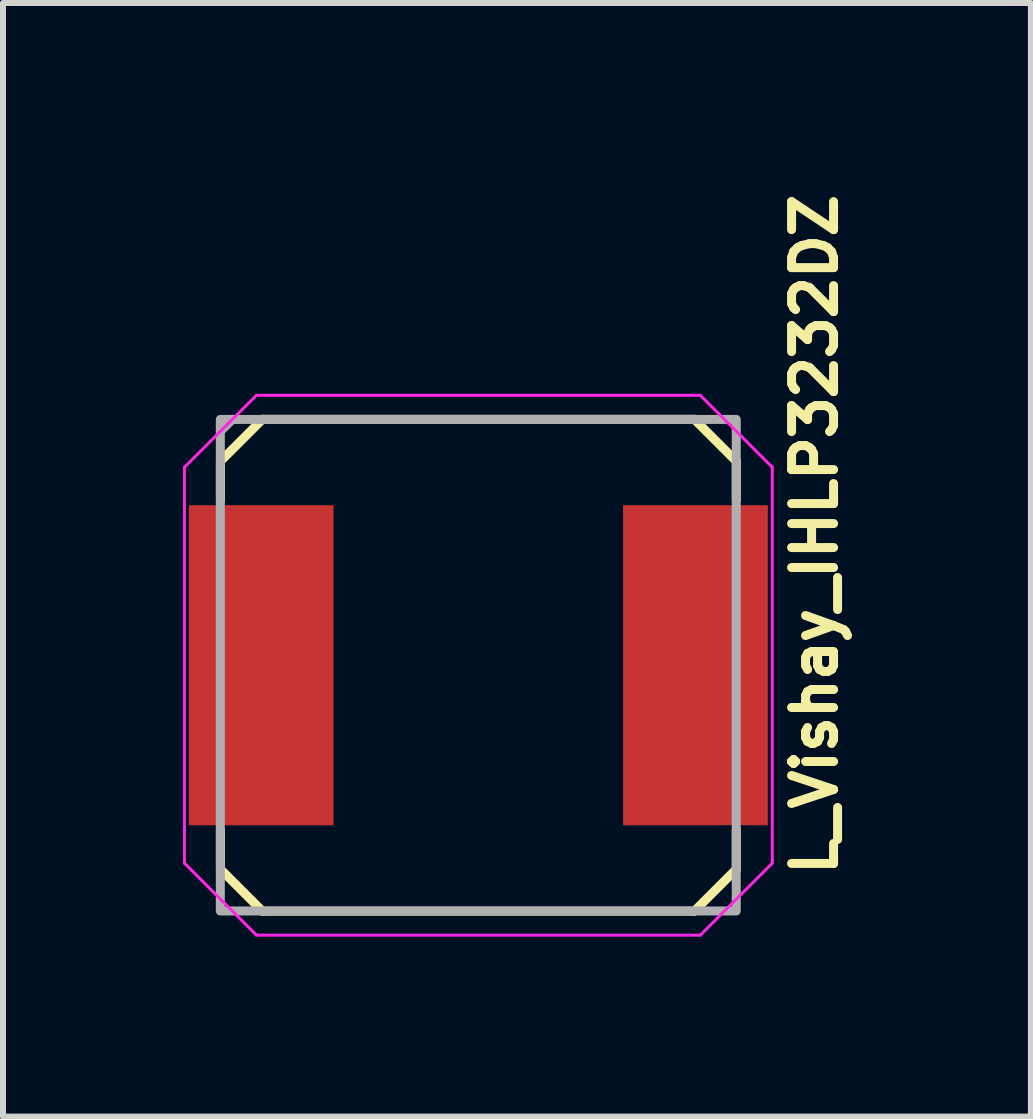
<source format=kicad_pcb>
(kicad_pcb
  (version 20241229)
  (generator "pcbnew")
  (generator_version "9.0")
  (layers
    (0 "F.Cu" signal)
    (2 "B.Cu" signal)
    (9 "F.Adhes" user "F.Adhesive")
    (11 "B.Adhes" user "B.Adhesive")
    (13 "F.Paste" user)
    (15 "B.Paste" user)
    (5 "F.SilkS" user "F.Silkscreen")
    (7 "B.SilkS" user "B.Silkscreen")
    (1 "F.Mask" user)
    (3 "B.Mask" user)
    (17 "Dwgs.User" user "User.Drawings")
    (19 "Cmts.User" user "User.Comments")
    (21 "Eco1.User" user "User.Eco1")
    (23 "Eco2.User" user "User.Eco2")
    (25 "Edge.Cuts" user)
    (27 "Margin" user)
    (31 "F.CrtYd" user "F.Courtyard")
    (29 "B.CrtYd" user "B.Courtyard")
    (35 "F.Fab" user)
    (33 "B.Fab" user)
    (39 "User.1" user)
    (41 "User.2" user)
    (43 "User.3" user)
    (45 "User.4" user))
  (footprint "L_Vishay_IHLP3232DZ"
    (layer "F.Cu")
    (at 4.925 8.04)
    (property "Reference" "L_Vishay_IHLP3232DZ" (at 6.015 3.57 90) (layer "F.SilkS") (effects (font (size 0.7 0.7) (thickness 0.15)) (justify left bottom)))
    (attr smd)
    (fp_line (start -4.3 -2.75) (end -4.3 -3.4) (stroke (width 0.15) (type solid)) (layer "F.SilkS"))
    (fp_line (start -4.3 3.4) (end -4.3 2.75) (stroke (width 0.15) (type solid)) (layer "F.SilkS"))
    (fp_line (start -3.6 -4.1) (end -4.3 -3.4) (stroke (width 0.15) (type solid)) (layer "F.SilkS"))
    (fp_line (start -3.6 4.1) (end -4.3 3.4) (stroke (width 0.15) (type solid)) (layer "F.SilkS"))
    (fp_line (start -3.6 4.1) (end 3.6 4.1) (stroke (width 0.15) (type solid)) (layer "F.SilkS"))
    (fp_line (start 3.6 -4.1) (end -3.6 -4.1) (stroke (width 0.15) (type solid)) (layer "F.SilkS"))
    (fp_line (start 3.6 -4.1) (end 4.3 -3.4) (stroke (width 0.15) (type solid)) (layer "F.SilkS"))
    (fp_line (start 3.6 4.1) (end 4.3 3.4) (stroke (width 0.15) (type solid)) (layer "F.SilkS"))
    (fp_line (start 4.3 -3.4) (end 4.3 -2.75) (stroke (width 0.15) (type solid)) (layer "F.SilkS"))
    (fp_line (start 4.3 2.75) (end 4.3 3.4) (stroke (width 0.15) (type solid)) (layer "F.SilkS"))
    (fp_line (start -4.9 -3.3) (end -3.7 -4.5) (stroke (width 0.05) (type solid)) (layer "F.CrtYd"))
    (fp_line (start -4.9 3.3) (end -4.9 -3.3) (stroke (width 0.05) (type solid)) (layer "F.CrtYd"))
    (fp_line (start -3.7 -4.5) (end 3.7 -4.5) (stroke (width 0.05) (type solid)) (layer "F.CrtYd"))
    (fp_line (start -3.7 4.5) (end -4.9 3.3) (stroke (width 0.05) (type solid)) (layer "F.CrtYd"))
    (fp_line (start 3.7 -4.5) (end 4.9 -3.3) (stroke (width 0.05) (type solid)) (layer "F.CrtYd"))
    (fp_line (start 3.7 4.5) (end -3.7 4.5) (stroke (width 0.05) (type solid)) (layer "F.CrtYd"))
    (fp_line (start 4.9 -3.3) (end 4.9 3.3) (stroke (width 0.05) (type solid)) (layer "F.CrtYd"))
    (fp_line (start 4.9 3.3) (end 3.7 4.5) (stroke (width 0.05) (type solid)) (layer "F.CrtYd"))
    (fp_line (start -4.3 -3.9) (end -4.1 -4.1) (stroke (width 0.15) (type solid)) (layer "F.Fab"))
    (fp_rect (start -4.302 -4.098) (end 4.299 4.097) (stroke (width 0.15) (type solid)) (fill no) (layer "F.Fab"))
    (fp_rect (start -4.302 -4.098) (end 4.299 4.097) (stroke (width 0.1) (type solid)) (fill no) (layer "User.5"))
    (fp_line (start -4.302 -0.363) (end -4.302 -0.363) (stroke (width 0.02) (type solid)) (layer "User.9"))
    (fp_line (start -4.302 -0.363) (end -4.302 -0.254) (stroke (width 0.02) (type solid)) (layer "User.9"))
    (fp_line (start -4.302 -0.363) (end -4.3 -0.364) (stroke (width 0.02) (type solid)) (layer "User.9"))
    (fp_line (start -4.302 -0.363) (end -4.098 -0.363) (stroke (width 0.02) (type solid)) (layer "User.9"))
    (fp_line (start -4.302 1.142) (end -4.302 -0.254) (stroke (width 0.02) (type solid)) (layer "User.9"))
    (fp_line (start -4.302 1.142) (end -4.302 1.251) (stroke (width 0.02) (type solid)) (layer "User.9"))
    (fp_line (start -4.302 1.251) (end -4.302 2.539) (stroke (width 0.02) (type solid)) (layer "User.9"))
    (fp_line (start -4.302 2.539) (end -4.098 2.539) (stroke (width 0.02) (type solid)) (layer "User.9"))
    (fp_line (start -4.3 -0.367) (end -4.298 -0.368) (stroke (width 0.02) (type solid)) (layer "User.9"))
    (fp_line (start -4.3 -0.366) (end -4.3 -0.367) (stroke (width 0.02) (type solid)) (layer "User.9"))
    (fp_line (start -4.3 -0.366) (end -4.3 -0.366) (stroke (width 0.02) (type solid)) (layer "User.9"))
    (fp_line (start -4.3 -0.365) (end -4.3 -0.366) (stroke (width 0.02) (type solid)) (layer "User.9"))
    (fp_line (start -4.3 -0.365) (end -4.3 -0.365) (stroke (width 0.02) (type solid)) (layer "User.9"))
    (fp_line (start -4.3 -0.364) (end -4.3 -0.365) (stroke (width 0.02) (type solid)) (layer "User.9"))
    (fp_line (start -4.3 1.251) (end -4.302 1.251) (stroke (width 0.02) (type solid)) (layer "User.9"))
    (fp_line (start -4.3 1.253) (end -4.3 1.251) (stroke (width 0.02) (type solid)) (layer "User.9"))
    (fp_line (start -4.3 1.253) (end -4.3 1.253) (stroke (width 0.02) (type solid)) (layer "User.9"))
    (fp_line (start -4.298 -0.368) (end -4.297 -0.368) (stroke (width 0.02) (type solid)) (layer "User.9"))
    (fp_line (start -4.298 1.255) (end -4.3 1.253) (stroke (width 0.02) (type solid)) (layer "User.9"))
    (fp_line (start -4.297 -0.369) (end -4.297 -0.369) (stroke (width 0.02) (type solid)) (layer "User.9"))
    (fp_line (start -4.297 -0.369) (end -4.295 -0.37) (stroke (width 0.02) (type solid)) (layer "User.9"))
    (fp_line (start -4.297 -0.368) (end -4.297 -0.369) (stroke (width 0.02) (type solid)) (layer "User.9"))
    (fp_line (start -4.297 1.257) (end -4.298 1.255) (stroke (width 0.02) (type solid)) (layer "User.9"))
    (fp_line (start -4.295 -0.37) (end -4.295 -0.37) (stroke (width 0.02) (type solid)) (layer "User.9"))
    (fp_line (start -4.295 -0.37) (end -4.294 -0.371) (stroke (width 0.02) (type solid)) (layer "User.9"))
    (fp_line (start -4.295 1.257) (end -4.297 1.257) (stroke (width 0.02) (type solid)) (layer "User.9"))
    (fp_line (start -4.294 -0.371) (end -4.292 -0.372) (stroke (width 0.02) (type solid)) (layer "User.9"))
    (fp_line (start -4.294 1.259) (end -4.295 1.257) (stroke (width 0.02) (type solid)) (layer "User.9"))
    (fp_line (start -4.292 -0.372) (end -4.29 -0.372) (stroke (width 0.02) (type solid)) (layer "User.9"))
    (fp_line (start -4.29 -0.372) (end -4.289 -0.373) (stroke (width 0.02) (type solid)) (layer "User.9"))
    (fp_line (start -4.29 1.259) (end -4.294 1.259) (stroke (width 0.02) (type solid)) (layer "User.9"))
    (fp_line (start -4.289 -0.373) (end -4.287 -0.373) (stroke (width 0.02) (type solid)) (layer "User.9"))
    (fp_line (start -4.287 -0.373) (end -4.284 -0.375) (stroke (width 0.02) (type solid)) (layer "User.9"))
    (fp_line (start -4.287 1.261) (end -4.29 1.259) (stroke (width 0.02) (type solid)) (layer "User.9"))
    (fp_line (start -4.284 -0.375) (end -4.281 -0.376) (stroke (width 0.02) (type solid)) (layer "User.9"))
    (fp_line (start -4.284 1.263) (end -4.287 1.261) (stroke (width 0.02) (type solid)) (layer "User.9"))
    (fp_line (start -4.281 -0.376) (end -4.278 -0.377) (stroke (width 0.02) (type solid)) (layer "User.9"))
    (fp_line (start -4.281 1.263) (end -4.284 1.263) (stroke (width 0.02) (type solid)) (layer "User.9"))
    (fp_line (start -4.278 -0.377) (end -4.273 -0.378) (stroke (width 0.02) (type solid)) (layer "User.9"))
    (fp_line (start -4.278 1.265) (end -4.281 1.263) (stroke (width 0.02) (type solid)) (layer "User.9"))
    (fp_line (start -4.273 -0.378) (end -4.27 -0.379) (stroke (width 0.02) (type solid)) (layer "User.9"))
    (fp_line (start -4.273 1.265) (end -4.278 1.265) (stroke (width 0.02) (type solid)) (layer "User.9"))
    (fp_line (start -4.27 -0.379) (end -4.265 -0.38) (stroke (width 0.02) (type solid)) (layer "User.9"))
    (fp_line (start -4.27 1.267) (end -4.273 1.265) (stroke (width 0.02) (type solid)) (layer "User.9"))
    (fp_line (start -4.265 -0.38) (end -4.26 -0.381) (stroke (width 0.02) (type solid)) (layer "User.9"))
    (fp_line (start -4.26 -0.381) (end -4.098 -0.381) (stroke (width 0.02) (type solid)) (layer "User.9"))
    (fp_line (start -4.26 1.269) (end -4.27 1.267) (stroke (width 0.02) (type solid)) (layer "User.9"))
    (fp_line (start -4.098 -3.093) (end -4.098 -2.54) (stroke (width 0.02) (type solid)) (layer "User.9"))
    (fp_line (start -4.098 -2.54) (end -4.302 -2.54) (stroke (width 0.02) (type solid)) (layer "User.9"))
    (fp_line (start -4.098 -2.54) (end -3.844 -2.54) (stroke (width 0.02) (type solid)) (layer "User.9"))
    (fp_line (start -4.098 -0.381) (end -4.098 1.269) (stroke (width 0.02) (type solid)) (layer "User.9"))
    (fp_line (start -4.098 -0.363) (end -4.098 -0.254) (stroke (width 0.02) (type solid)) (layer "User.9"))
    (fp_line (start -4.098 1.142) (end -4.098 -0.254) (stroke (width 0.02) (type solid)) (layer "User.9"))
    (fp_line (start -4.098 1.142) (end -4.098 1.251) (stroke (width 0.02) (type solid)) (layer "User.9"))
    (fp_line (start -4.098 1.251) (end -4.302 1.251) (stroke (width 0.02) (type solid)) (layer "User.9"))
    (fp_line (start -4.098 1.269) (end -4.26 1.269) (stroke (width 0.02) (type solid)) (layer "User.9"))
    (fp_line (start -4.098 2.539) (end -4.098 3.091) (stroke (width 0.02) (type solid)) (layer "User.9"))
    (fp_line (start -4.098 3.091) (end -4.096 3.14) (stroke (width 0.02) (type solid)) (layer "User.9"))
    (fp_line (start -4.096 -3.142) (end -4.098 -3.093) (stroke (width 0.02) (type solid)) (layer "User.9"))
    (fp_line (start -4.096 3.14) (end -4.093 3.189) (stroke (width 0.02) (type solid)) (layer "User.9"))
    (fp_line (start -4.093 -3.192) (end -4.096 -3.142) (stroke (width 0.02) (type solid)) (layer "User.9"))
    (fp_line (start -4.093 3.189) (end -4.087 3.238) (stroke (width 0.02) (type solid)) (layer "User.9"))
    (fp_line (start -4.087 -3.241) (end -4.093 -3.192) (stroke (width 0.02) (type solid)) (layer "User.9"))
    (fp_line (start -4.087 3.238) (end -4.079 3.288) (stroke (width 0.02) (type solid)) (layer "User.9"))
    (fp_line (start -4.079 -3.29) (end -4.087 -3.241) (stroke (width 0.02) (type solid)) (layer "User.9"))
    (fp_line (start -4.079 3.288) (end -4.068 3.335) (stroke (width 0.02) (type solid)) (layer "User.9"))
    (fp_line (start -4.068 -3.338) (end -4.079 -3.29) (stroke (width 0.02) (type solid)) (layer "User.9"))
    (fp_line (start -4.068 3.335) (end -4.055 3.382) (stroke (width 0.02) (type solid)) (layer "User.9"))
    (fp_line (start -4.055 -3.384) (end -4.068 -3.338) (stroke (width 0.02) (type solid)) (layer "User.9"))
    (fp_line (start -4.055 3.382) (end -4.039 3.43) (stroke (width 0.02) (type solid)) (layer "User.9"))
    (fp_line (start -4.039 -3.431) (end -4.055 -3.384) (stroke (width 0.02) (type solid)) (layer "User.9"))
    (fp_line (start -4.039 3.43) (end -4.021 3.475) (stroke (width 0.02) (type solid)) (layer "User.9"))
    (fp_line (start -4.021 -3.477) (end -4.039 -3.431) (stroke (width 0.02) (type solid)) (layer "User.9"))
    (fp_line (start -4.021 3.475) (end -4.002 3.519) (stroke (width 0.02) (type solid)) (layer "User.9"))
    (fp_line (start -4.002 -3.521) (end -4.021 -3.477) (stroke (width 0.02) (type solid)) (layer "User.9"))
    (fp_line (start -4.002 3.519) (end -3.98 3.563) (stroke (width 0.02) (type solid)) (layer "User.9"))
    (fp_line (start -3.98 -3.565) (end -4.002 -3.521) (stroke (width 0.02) (type solid)) (layer "User.9"))
    (fp_line (start -3.98 3.563) (end -3.955 3.607) (stroke (width 0.02) (type solid)) (layer "User.9"))
    (fp_line (start -3.955 -3.609) (end -3.98 -3.565) (stroke (width 0.02) (type solid)) (layer "User.9"))
    (fp_line (start -3.955 3.607) (end -3.93 3.648) (stroke (width 0.02) (type solid)) (layer "User.9"))
    (fp_line (start -3.93 -3.65) (end -3.955 -3.609) (stroke (width 0.02) (type solid)) (layer "User.9"))
    (fp_line (start -3.93 3.648) (end -3.9 3.688) (stroke (width 0.02) (type solid)) (layer "User.9"))
    (fp_line (start -3.9 -3.69) (end -3.93 -3.65) (stroke (width 0.02) (type solid)) (layer "User.9"))
    (fp_line (start -3.9 3.688) (end -3.871 3.728) (stroke (width 0.02) (type solid)) (layer "User.9"))
    (fp_line (start -3.871 -3.73) (end -3.9 -3.69) (stroke (width 0.02) (type solid)) (layer "User.9"))
    (fp_line (start -3.871 3.728) (end -3.838 3.765) (stroke (width 0.02) (type solid)) (layer "User.9"))
    (fp_line (start -3.844 -3.041) (end -3.843 -3.092) (stroke (width 0.02) (type solid)) (layer "User.9"))
    (fp_line (start -3.844 -0.381) (end -4.098 -0.381) (stroke (width 0.02) (type solid)) (layer "User.9"))
    (fp_line (start -3.844 1.269) (end -4.098 1.269) (stroke (width 0.02) (type solid)) (layer "User.9"))
    (fp_line (start -3.844 1.269) (end -4.098 1.269) (stroke (width 0.02) (type solid)) (layer "User.9"))
    (fp_line (start -3.844 2.539) (end -4.098 2.539) (stroke (width 0.02) (type solid)) (layer "User.9"))
    (fp_line (start -3.844 3.039) (end -3.844 -3.041) (stroke (width 0.02) (type solid)) (layer "User.9"))
    (fp_line (start -3.843 -3.092) (end -3.839 -3.141) (stroke (width 0.02) (type solid)) (layer "User.9"))
    (fp_line (start -3.843 3.089) (end -3.844 3.039) (stroke (width 0.02) (type solid)) (layer "User.9"))
    (fp_line (start -3.839 -3.141) (end -3.833 -3.189) (stroke (width 0.02) (type solid)) (layer "User.9"))
    (fp_line (start -3.839 3.139) (end -3.843 3.089) (stroke (width 0.02) (type solid)) (layer "User.9"))
    (fp_line (start -3.838 -3.767) (end -3.871 -3.73) (stroke (width 0.02) (type solid)) (layer "User.9"))
    (fp_line (start -3.838 3.765) (end -3.803 3.801) (stroke (width 0.02) (type solid)) (layer "User.9"))
    (fp_line (start -3.833 -3.189) (end -3.825 -3.238) (stroke (width 0.02) (type solid)) (layer "User.9"))
    (fp_line (start -3.833 3.188) (end -3.839 3.139) (stroke (width 0.02) (type solid)) (layer "User.9"))
    (fp_line (start -3.825 -3.238) (end -3.814 -3.286) (stroke (width 0.02) (type solid)) (layer "User.9"))
    (fp_line (start -3.825 3.237) (end -3.833 3.188) (stroke (width 0.02) (type solid)) (layer "User.9"))
    (fp_line (start -3.814 -3.286) (end -3.801 -3.334) (stroke (width 0.02) (type solid)) (layer "User.9"))
    (fp_line (start -3.814 3.285) (end -3.825 3.237) (stroke (width 0.02) (type solid)) (layer "User.9"))
    (fp_line (start -3.803 -3.803) (end -3.838 -3.767) (stroke (width 0.02) (type solid)) (layer "User.9"))
    (fp_line (start -3.803 -3.803) (end -3.803 -3.803) (stroke (width 0.02) (type solid)) (layer "User.9"))
    (fp_line (start -3.803 3.801) (end -3.803 3.801) (stroke (width 0.02) (type solid)) (layer "User.9"))
    (fp_line (start -3.803 3.801) (end -3.767 3.836) (stroke (width 0.02) (type solid)) (layer "User.9"))
    (fp_line (start -3.801 -3.334) (end -3.786 -3.38) (stroke (width 0.02) (type solid)) (layer "User.9"))
    (fp_line (start -3.801 3.331) (end -3.814 3.285) (stroke (width 0.02) (type solid)) (layer "User.9"))
    (fp_line (start -3.786 -3.38) (end -3.767 -3.427) (stroke (width 0.02) (type solid)) (layer "User.9"))
    (fp_line (start -3.786 3.378) (end -3.801 3.331) (stroke (width 0.02) (type solid)) (layer "User.9"))
    (fp_line (start -3.767 -3.838) (end -3.803 -3.803) (stroke (width 0.02) (type solid)) (layer "User.9"))
    (fp_line (start -3.767 -3.427) (end -3.747 -3.472) (stroke (width 0.02) (type solid)) (layer "User.9"))
    (fp_line (start -3.767 3.425) (end -3.786 3.378) (stroke (width 0.02) (type solid)) (layer "User.9"))
    (fp_line (start -3.767 3.836) (end -3.73 3.869) (stroke (width 0.02) (type solid)) (layer "User.9"))
    (fp_line (start -3.747 -3.472) (end -3.726 -3.516) (stroke (width 0.02) (type solid)) (layer "User.9"))
    (fp_line (start -3.747 3.47) (end -3.767 3.425) (stroke (width 0.02) (type solid)) (layer "User.9"))
    (fp_line (start -3.73 -3.871) (end -3.767 -3.838) (stroke (width 0.02) (type solid)) (layer "User.9"))
    (fp_line (start -3.73 3.869) (end -3.69 3.898) (stroke (width 0.02) (type solid)) (layer "User.9"))
    (fp_line (start -3.726 -3.516) (end -3.701 -3.557) (stroke (width 0.02) (type solid)) (layer "User.9"))
    (fp_line (start -3.726 3.514) (end -3.747 3.47) (stroke (width 0.02) (type solid)) (layer "User.9"))
    (fp_line (start -3.701 -3.557) (end -3.676 -3.6) (stroke (width 0.02) (type solid)) (layer "User.9"))
    (fp_line (start -3.701 3.555) (end -3.726 3.514) (stroke (width 0.02) (type solid)) (layer "User.9"))
    (fp_line (start -3.69 -3.9) (end -3.73 -3.871) (stroke (width 0.02) (type solid)) (layer "User.9"))
    (fp_line (start -3.69 3.898) (end -3.65 3.927) (stroke (width 0.02) (type solid)) (layer "User.9"))
    (fp_line (start -3.676 -3.6) (end -3.646 -3.64) (stroke (width 0.02) (type solid)) (layer "User.9"))
    (fp_line (start -3.676 3.597) (end -3.701 3.555) (stroke (width 0.02) (type solid)) (layer "User.9"))
    (fp_line (start -3.65 -3.93) (end -3.69 -3.9) (stroke (width 0.02) (type solid)) (layer "User.9"))
    (fp_line (start -3.65 3.927) (end -3.609 3.954) (stroke (width 0.02) (type solid)) (layer "User.9"))
    (fp_line (start -3.646 -3.64) (end -3.617 -3.678) (stroke (width 0.02) (type solid)) (layer "User.9"))
    (fp_line (start -3.646 3.637) (end -3.676 3.597) (stroke (width 0.02) (type solid)) (layer "User.9"))
    (fp_line (start -3.617 -3.678) (end -3.584 -3.717) (stroke (width 0.02) (type solid)) (layer "User.9"))
    (fp_line (start -3.617 3.676) (end -3.646 3.637) (stroke (width 0.02) (type solid)) (layer "User.9"))
    (fp_line (start -3.609 -3.955) (end -3.65 -3.93) (stroke (width 0.02) (type solid)) (layer "User.9"))
    (fp_line (start -3.609 3.954) (end -3.565 3.978) (stroke (width 0.02) (type solid)) (layer "User.9"))
    (fp_line (start -3.584 -3.717) (end -3.549 -3.753) (stroke (width 0.02) (type solid)) (layer "User.9"))
    (fp_line (start -3.584 3.714) (end -3.617 3.676) (stroke (width 0.02) (type solid)) (layer "User.9"))
    (fp_line (start -3.565 -3.98) (end -3.609 -3.955) (stroke (width 0.02) (type solid)) (layer "User.9"))
    (fp_line (start -3.565 3.978) (end -3.521 3.999) (stroke (width 0.02) (type solid)) (layer "User.9"))
    (fp_line (start -3.549 -3.753) (end -3.549 -3.753) (stroke (width 0.02) (type solid)) (layer "User.9"))
    (fp_line (start -3.549 -3.753) (end -3.513 -3.787) (stroke (width 0.02) (type solid)) (layer "User.9"))
    (fp_line (start -3.549 3.75) (end -3.584 3.714) (stroke (width 0.02) (type solid)) (layer "User.9"))
    (fp_line (start -3.549 3.75) (end -3.549 3.75) (stroke (width 0.02) (type solid)) (layer "User.9"))
    (fp_line (start -3.521 -4.002) (end -3.565 -3.98) (stroke (width 0.02) (type solid)) (layer "User.9"))
    (fp_line (start -3.521 3.999) (end -3.477 4.02) (stroke (width 0.02) (type solid)) (layer "User.9"))
    (fp_line (start -3.513 -3.787) (end -3.476 -3.819) (stroke (width 0.02) (type solid)) (layer "User.9"))
    (fp_line (start -3.513 3.785) (end -3.549 3.75) (stroke (width 0.02) (type solid)) (layer "User.9"))
    (fp_line (start -3.477 -4.021) (end -3.521 -4.002) (stroke (width 0.02) (type solid)) (layer "User.9"))
    (fp_line (start -3.477 4.02) (end -3.431 4.038) (stroke (width 0.02) (type solid)) (layer "User.9"))
    (fp_line (start -3.476 -3.819) (end -3.436 -3.85) (stroke (width 0.02) (type solid)) (layer "User.9"))
    (fp_line (start -3.476 3.817) (end -3.513 3.785) (stroke (width 0.02) (type solid)) (layer "User.9"))
    (fp_line (start -3.436 -3.85) (end -3.396 -3.879) (stroke (width 0.02) (type solid)) (layer "User.9"))
    (fp_line (start -3.436 3.847) (end -3.476 3.817) (stroke (width 0.02) (type solid)) (layer "User.9"))
    (fp_line (start -3.431 -4.039) (end -3.477 -4.021) (stroke (width 0.02) (type solid)) (layer "User.9"))
    (fp_line (start -3.431 4.038) (end -3.384 4.052) (stroke (width 0.02) (type solid)) (layer "User.9"))
    (fp_line (start -3.396 -3.879) (end -3.355 -3.904) (stroke (width 0.02) (type solid)) (layer "User.9"))
    (fp_line (start -3.396 3.877) (end -3.436 3.847) (stroke (width 0.02) (type solid)) (layer "User.9"))
    (fp_line (start -3.384 -4.055) (end -3.431 -4.039) (stroke (width 0.02) (type solid)) (layer "User.9"))
    (fp_line (start -3.384 4.052) (end -3.338 4.065) (stroke (width 0.02) (type solid)) (layer "User.9"))
    (fp_line (start -3.355 -3.904) (end -3.311 -3.928) (stroke (width 0.02) (type solid)) (layer "User.9"))
    (fp_line (start -3.355 3.902) (end -3.396 3.877) (stroke (width 0.02) (type solid)) (layer "User.9"))
    (fp_line (start -3.338 -4.068) (end -3.384 -4.055) (stroke (width 0.02) (type solid)) (layer "User.9"))
    (fp_line (start -3.338 4.065) (end -3.29 4.076) (stroke (width 0.02) (type solid)) (layer "User.9"))
    (fp_line (start -3.311 -3.928) (end -3.267 -3.951) (stroke (width 0.02) (type solid)) (layer "User.9"))
    (fp_line (start -3.311 3.926) (end -3.355 3.902) (stroke (width 0.02) (type solid)) (layer "User.9"))
    (fp_line (start -3.29 -4.079) (end -3.338 -4.068) (stroke (width 0.02) (type solid)) (layer "User.9"))
    (fp_line (start -3.29 4.076) (end -3.241 4.084) (stroke (width 0.02) (type solid)) (layer "User.9"))
    (fp_line (start -3.267 -3.951) (end -3.223 -3.971) (stroke (width 0.02) (type solid)) (layer "User.9"))
    (fp_line (start -3.267 3.949) (end -3.311 3.926) (stroke (width 0.02) (type solid)) (layer "User.9"))
    (fp_line (start -3.241 -4.087) (end -3.29 -4.079) (stroke (width 0.02) (type solid)) (layer "User.9"))
    (fp_line (start -3.241 4.084) (end -3.192 4.092) (stroke (width 0.02) (type solid)) (layer "User.9"))
    (fp_line (start -3.223 -3.971) (end -3.177 -3.988) (stroke (width 0.02) (type solid)) (layer "User.9"))
    (fp_line (start -3.223 3.968) (end -3.267 3.949) (stroke (width 0.02) (type solid)) (layer "User.9"))
    (fp_line (start -3.192 -4.093) (end -3.241 -4.087) (stroke (width 0.02) (type solid)) (layer "User.9"))
    (fp_line (start -3.192 4.092) (end -3.142 4.094) (stroke (width 0.02) (type solid)) (layer "User.9"))
    (fp_line (start -3.177 -3.988) (end -3.13 -4.004) (stroke (width 0.02) (type solid)) (layer "User.9"))
    (fp_line (start -3.177 3.987) (end -3.223 3.968) (stroke (width 0.02) (type solid)) (layer "User.9"))
    (fp_line (start -3.142 -4.096) (end -3.192 -4.093) (stroke (width 0.02) (type solid)) (layer "User.9"))
    (fp_line (start -3.142 4.094) (end -3.093 4.097) (stroke (width 0.02) (type solid)) (layer "User.9"))
    (fp_line (start -3.13 -4.004) (end -3.084 -4.016) (stroke (width 0.02) (type solid)) (layer "User.9"))
    (fp_line (start -3.13 4.001) (end -3.177 3.987) (stroke (width 0.02) (type solid)) (layer "User.9"))
    (fp_line (start -3.093 -4.098) (end -3.142 -4.096) (stroke (width 0.02) (type solid)) (layer "User.9"))
    (fp_line (start -3.093 4.097) (end 3.091 4.097) (stroke (width 0.02) (type solid)) (layer "User.9"))
    (fp_line (start -3.084 -4.016) (end -3.036 -4.028) (stroke (width 0.02) (type solid)) (layer "User.9"))
    (fp_line (start -3.084 4.014) (end -3.13 4.001) (stroke (width 0.02) (type solid)) (layer "User.9"))
    (fp_line (start -3.036 -4.028) (end -2.987 -4.037) (stroke (width 0.02) (type solid)) (layer "User.9"))
    (fp_line (start -3.036 4.025) (end -3.084 4.014) (stroke (width 0.02) (type solid)) (layer "User.9"))
    (fp_line (start -2.987 -4.037) (end -2.938 -4.042) (stroke (width 0.02) (type solid)) (layer "User.9"))
    (fp_line (start -2.987 4.035) (end -3.036 4.025) (stroke (width 0.02) (type solid)) (layer "User.9"))
    (fp_line (start -2.938 -4.042) (end -2.888 -4.045) (stroke (width 0.02) (type solid)) (layer "User.9"))
    (fp_line (start -2.938 4.041) (end -2.987 4.035) (stroke (width 0.02) (type solid)) (layer "User.9"))
    (fp_line (start -2.888 -4.045) (end -2.839 -4.047) (stroke (width 0.02) (type solid)) (layer "User.9"))
    (fp_line (start -2.888 4.044) (end -2.938 4.041) (stroke (width 0.02) (type solid)) (layer "User.9"))
    (fp_line (start -2.839 -4.047) (end 2.837 -4.047) (stroke (width 0.02) (type solid)) (layer "User.9"))
    (fp_line (start -2.839 4.046) (end -2.888 4.044) (stroke (width 0.02) (type solid)) (layer "User.9"))
    (fp_line (start 2.837 -4.047) (end 2.886 -4.045) (stroke (width 0.02) (type solid)) (layer "User.9"))
    (fp_line (start 2.837 4.046) (end -2.839 4.046) (stroke (width 0.02) (type solid)) (layer "User.9"))
    (fp_line (start 2.886 -4.045) (end 2.935 -4.042) (stroke (width 0.02) (type solid)) (layer "User.9"))
    (fp_line (start 2.886 4.044) (end 2.837 4.046) (stroke (width 0.02) (type solid)) (layer "User.9"))
    (fp_line (start 2.935 -4.042) (end 2.984 -4.037) (stroke (width 0.02) (type solid)) (layer "User.9"))
    (fp_line (start 2.935 4.041) (end 2.886 4.044) (stroke (width 0.02) (type solid)) (layer "User.9"))
    (fp_line (start 2.984 -4.037) (end 3.034 -4.028) (stroke (width 0.02) (type solid)) (layer "User.9"))
    (fp_line (start 2.984 4.035) (end 2.935 4.041) (stroke (width 0.02) (type solid)) (layer "User.9"))
    (fp_line (start 3.034 -4.028) (end 3.081 -4.016) (stroke (width 0.02) (type solid)) (layer "User.9"))
    (fp_line (start 3.034 4.025) (end 2.984 4.035) (stroke (width 0.02) (type solid)) (layer "User.9"))
    (fp_line (start 3.081 -4.016) (end 3.128 -4.004) (stroke (width 0.02) (type solid)) (layer "User.9"))
    (fp_line (start 3.081 4.014) (end 3.034 4.025) (stroke (width 0.02) (type solid)) (layer "User.9"))
    (fp_line (start 3.091 -4.098) (end -3.093 -4.098) (stroke (width 0.02) (type solid)) (layer "User.9"))
    (fp_line (start 3.091 4.097) (end 3.14 4.094) (stroke (width 0.02) (type solid)) (layer "User.9"))
    (fp_line (start 3.128 -4.004) (end 3.176 -3.988) (stroke (width 0.02) (type solid)) (layer "User.9"))
    (fp_line (start 3.128 4.001) (end 3.081 4.014) (stroke (width 0.02) (type solid)) (layer "User.9"))
    (fp_line (start 3.14 -4.096) (end 3.091 -4.098) (stroke (width 0.02) (type solid)) (layer "User.9"))
    (fp_line (start 3.14 4.094) (end 3.189 4.092) (stroke (width 0.02) (type solid)) (layer "User.9"))
    (fp_line (start 3.176 -3.988) (end 3.221 -3.971) (stroke (width 0.02) (type solid)) (layer "User.9"))
    (fp_line (start 3.176 3.987) (end 3.128 4.001) (stroke (width 0.02) (type solid)) (layer "User.9"))
    (fp_line (start 3.189 -4.093) (end 3.14 -4.096) (stroke (width 0.02) (type solid)) (layer "User.9"))
    (fp_line (start 3.189 4.092) (end 3.238 4.084) (stroke (width 0.02) (type solid)) (layer "User.9"))
    (fp_line (start 3.221 -3.971) (end 3.265 -3.951) (stroke (width 0.02) (type solid)) (layer "User.9"))
    (fp_line (start 3.221 3.968) (end 3.176 3.987) (stroke (width 0.02) (type solid)) (layer "User.9"))
    (fp_line (start 3.238 -4.087) (end 3.189 -4.093) (stroke (width 0.02) (type solid)) (layer "User.9"))
    (fp_line (start 3.238 4.084) (end 3.288 4.076) (stroke (width 0.02) (type solid)) (layer "User.9"))
    (fp_line (start 3.265 -3.951) (end 3.309 -3.928) (stroke (width 0.02) (type solid)) (layer "User.9"))
    (fp_line (start 3.265 3.949) (end 3.221 3.968) (stroke (width 0.02) (type solid)) (layer "User.9"))
    (fp_line (start 3.288 -4.079) (end 3.238 -4.087) (stroke (width 0.02) (type solid)) (layer "User.9"))
    (fp_line (start 3.288 4.076) (end 3.335 4.065) (stroke (width 0.02) (type solid)) (layer "User.9"))
    (fp_line (start 3.309 -3.928) (end 3.353 -3.904) (stroke (width 0.02) (type solid)) (layer "User.9"))
    (fp_line (start 3.309 3.926) (end 3.265 3.949) (stroke (width 0.02) (type solid)) (layer "User.9"))
    (fp_line (start 3.335 -4.068) (end 3.288 -4.079) (stroke (width 0.02) (type solid)) (layer "User.9"))
    (fp_line (start 3.335 4.065) (end 3.382 4.052) (stroke (width 0.02) (type solid)) (layer "User.9"))
    (fp_line (start 3.353 -3.904) (end 3.394 -3.879) (stroke (width 0.02) (type solid)) (layer "User.9"))
    (fp_line (start 3.353 3.902) (end 3.309 3.926) (stroke (width 0.02) (type solid)) (layer "User.9"))
    (fp_line (start 3.382 -4.055) (end 3.335 -4.068) (stroke (width 0.02) (type solid)) (layer "User.9"))
    (fp_line (start 3.382 4.052) (end 3.43 4.038) (stroke (width 0.02) (type solid)) (layer "User.9"))
    (fp_line (start 3.394 -3.879) (end 3.434 -3.85) (stroke (width 0.02) (type solid)) (layer "User.9"))
    (fp_line (start 3.394 3.877) (end 3.353 3.902) (stroke (width 0.02) (type solid)) (layer "User.9"))
    (fp_line (start 3.43 -4.039) (end 3.382 -4.055) (stroke (width 0.02) (type solid)) (layer "User.9"))
    (fp_line (start 3.43 4.038) (end 3.475 4.02) (stroke (width 0.02) (type solid)) (layer "User.9"))
    (fp_line (start 3.434 -3.85) (end 3.474 -3.819) (stroke (width 0.02) (type solid)) (layer "User.9"))
    (fp_line (start 3.434 3.847) (end 3.394 3.877) (stroke (width 0.02) (type solid)) (layer "User.9"))
    (fp_line (start 3.474 -3.819) (end 3.511 -3.787) (stroke (width 0.02) (type solid)) (layer "User.9"))
    (fp_line (start 3.474 3.817) (end 3.434 3.847) (stroke (width 0.02) (type solid)) (layer "User.9"))
    (fp_line (start 3.475 -4.021) (end 3.43 -4.039) (stroke (width 0.02) (type solid)) (layer "User.9"))
    (fp_line (start 3.475 4.02) (end 3.519 3.999) (stroke (width 0.02) (type solid)) (layer "User.9"))
    (fp_line (start 3.511 -3.787) (end 3.547 -3.753) (stroke (width 0.02) (type solid)) (layer "User.9"))
    (fp_line (start 3.511 3.785) (end 3.474 3.817) (stroke (width 0.02) (type solid)) (layer "User.9"))
    (fp_line (start 3.519 -4.002) (end 3.475 -4.021) (stroke (width 0.02) (type solid)) (layer "User.9"))
    (fp_line (start 3.519 3.999) (end 3.563 3.978) (stroke (width 0.02) (type solid)) (layer "User.9"))
    (fp_line (start 3.547 -3.753) (end 3.547 -3.753) (stroke (width 0.02) (type solid)) (layer "User.9"))
    (fp_line (start 3.547 -3.753) (end 3.582 -3.717) (stroke (width 0.02) (type solid)) (layer "User.9"))
    (fp_line (start 3.547 3.75) (end 3.511 3.785) (stroke (width 0.02) (type solid)) (layer "User.9"))
    (fp_line (start 3.547 3.75) (end 3.547 3.75) (stroke (width 0.02) (type solid)) (layer "User.9"))
    (fp_line (start 3.563 -3.98) (end 3.519 -4.002) (stroke (width 0.02) (type solid)) (layer "User.9"))
    (fp_line (start 3.563 3.978) (end 3.607 3.954) (stroke (width 0.02) (type solid)) (layer "User.9"))
    (fp_line (start 3.582 -3.717) (end 3.615 -3.678) (stroke (width 0.02) (type solid)) (layer "User.9"))
    (fp_line (start 3.582 3.714) (end 3.547 3.75) (stroke (width 0.02) (type solid)) (layer "User.9"))
    (fp_line (start 3.607 -3.955) (end 3.563 -3.98) (stroke (width 0.02) (type solid)) (layer "User.9"))
    (fp_line (start 3.607 3.954) (end 3.648 3.927) (stroke (width 0.02) (type solid)) (layer "User.9"))
    (fp_line (start 3.615 -3.678) (end 3.644 -3.64) (stroke (width 0.02) (type solid)) (layer "User.9"))
    (fp_line (start 3.615 3.676) (end 3.582 3.714) (stroke (width 0.02) (type solid)) (layer "User.9"))
    (fp_line (start 3.644 -3.64) (end 3.673 -3.6) (stroke (width 0.02) (type solid)) (layer "User.9"))
    (fp_line (start 3.644 3.637) (end 3.615 3.676) (stroke (width 0.02) (type solid)) (layer "User.9"))
    (fp_line (start 3.648 -3.93) (end 3.607 -3.955) (stroke (width 0.02) (type solid)) (layer "User.9"))
    (fp_line (start 3.648 3.927) (end 3.688 3.898) (stroke (width 0.02) (type solid)) (layer "User.9"))
    (fp_line (start 3.673 -3.6) (end 3.7 -3.557) (stroke (width 0.02) (type solid)) (layer "User.9"))
    (fp_line (start 3.673 3.597) (end 3.644 3.637) (stroke (width 0.02) (type solid)) (layer "User.9"))
    (fp_line (start 3.688 -3.9) (end 3.648 -3.93) (stroke (width 0.02) (type solid)) (layer "User.9"))
    (fp_line (start 3.688 3.898) (end 3.728 3.869) (stroke (width 0.02) (type solid)) (layer "User.9"))
    (fp_line (start 3.7 -3.557) (end 3.724 -3.516) (stroke (width 0.02) (type solid)) (layer "User.9"))
    (fp_line (start 3.7 3.555) (end 3.673 3.597) (stroke (width 0.02) (type solid)) (layer "User.9"))
    (fp_line (start 3.724 -3.516) (end 3.745 -3.472) (stroke (width 0.02) (type solid)) (layer "User.9"))
    (fp_line (start 3.724 3.514) (end 3.7 3.555) (stroke (width 0.02) (type solid)) (layer "User.9"))
    (fp_line (start 3.728 -3.871) (end 3.688 -3.9) (stroke (width 0.02) (type solid)) (layer "User.9"))
    (fp_line (start 3.728 3.869) (end 3.765 3.836) (stroke (width 0.02) (type solid)) (layer "User.9"))
    (fp_line (start 3.745 -3.472) (end 3.765 -3.427) (stroke (width 0.02) (type solid)) (layer "User.9"))
    (fp_line (start 3.745 3.47) (end 3.724 3.514) (stroke (width 0.02) (type solid)) (layer "User.9"))
    (fp_line (start 3.765 -3.838) (end 3.728 -3.871) (stroke (width 0.02) (type solid)) (layer "User.9"))
    (fp_line (start 3.765 -3.427) (end 3.784 -3.38) (stroke (width 0.02) (type solid)) (layer "User.9"))
    (fp_line (start 3.765 3.425) (end 3.745 3.47) (stroke (width 0.02) (type solid)) (layer "User.9"))
    (fp_line (start 3.765 3.836) (end 3.801 3.801) (stroke (width 0.02) (type solid)) (layer "User.9"))
    (fp_line (start 3.784 -3.38) (end 3.798 -3.334) (stroke (width 0.02) (type solid)) (layer "User.9"))
    (fp_line (start 3.784 3.378) (end 3.765 3.425) (stroke (width 0.02) (type solid)) (layer "User.9"))
    (fp_line (start 3.798 -3.334) (end 3.812 -3.286) (stroke (width 0.02) (type solid)) (layer "User.9"))
    (fp_line (start 3.798 3.331) (end 3.784 3.378) (stroke (width 0.02) (type solid)) (layer "User.9"))
    (fp_line (start 3.801 -3.803) (end 3.765 -3.838) (stroke (width 0.02) (type solid)) (layer "User.9"))
    (fp_line (start 3.801 -3.803) (end 3.801 -3.803) (stroke (width 0.02) (type solid)) (layer "User.9"))
    (fp_line (start 3.801 3.801) (end 3.801 3.801) (stroke (width 0.02) (type solid)) (layer "User.9"))
    (fp_line (start 3.801 3.801) (end 3.836 3.765) (stroke (width 0.02) (type solid)) (layer "User.9"))
    (fp_line (start 3.812 -3.286) (end 3.822 -3.238) (stroke (width 0.02) (type solid)) (layer "User.9"))
    (fp_line (start 3.812 3.285) (end 3.798 3.331) (stroke (width 0.02) (type solid)) (layer "User.9"))
    (fp_line (start 3.822 -3.238) (end 3.83 -3.189) (stroke (width 0.02) (type solid)) (layer "User.9"))
    (fp_line (start 3.822 3.237) (end 3.812 3.285) (stroke (width 0.02) (type solid)) (layer "User.9"))
    (fp_line (start 3.83 -3.189) (end 3.837 -3.141) (stroke (width 0.02) (type solid)) (layer "User.9"))
    (fp_line (start 3.83 3.188) (end 3.822 3.237) (stroke (width 0.02) (type solid)) (layer "User.9"))
    (fp_line (start 3.836 -3.767) (end 3.801 -3.803) (stroke (width 0.02) (type solid)) (layer "User.9"))
    (fp_line (start 3.836 3.765) (end 3.869 3.728) (stroke (width 0.02) (type solid)) (layer "User.9"))
    (fp_line (start 3.837 -3.141) (end 3.841 -3.092) (stroke (width 0.02) (type solid)) (layer "User.9"))
    (fp_line (start 3.837 3.139) (end 3.83 3.188) (stroke (width 0.02) (type solid)) (layer "User.9"))
    (fp_line (start 3.841 -3.092) (end 3.842 -3.041) (stroke (width 0.02) (type solid)) (layer "User.9"))
    (fp_line (start 3.841 3.089) (end 3.837 3.139) (stroke (width 0.02) (type solid)) (layer "User.9"))
    (fp_line (start 3.842 -3.041) (end 3.842 3.039) (stroke (width 0.02) (type solid)) (layer "User.9"))
    (fp_line (start 3.842 3.039) (end 3.841 3.089) (stroke (width 0.02) (type solid)) (layer "User.9"))
    (fp_line (start 3.869 -3.73) (end 3.836 -3.767) (stroke (width 0.02) (type solid)) (layer "User.9"))
    (fp_line (start 3.869 3.728) (end 3.898 3.688) (stroke (width 0.02) (type solid)) (layer "User.9"))
    (fp_line (start 3.898 -3.69) (end 3.869 -3.73) (stroke (width 0.02) (type solid)) (layer "User.9"))
    (fp_line (start 3.898 3.688) (end 3.927 3.648) (stroke (width 0.02) (type solid)) (layer "User.9"))
    (fp_line (start 3.927 -3.65) (end 3.898 -3.69) (stroke (width 0.02) (type solid)) (layer "User.9"))
    (fp_line (start 3.927 3.648) (end 3.954 3.607) (stroke (width 0.02) (type solid)) (layer "User.9"))
    (fp_line (start 3.954 -3.609) (end 3.927 -3.65) (stroke (width 0.02) (type solid)) (layer "User.9"))
    (fp_line (start 3.954 3.607) (end 3.978 3.563) (stroke (width 0.02) (type solid)) (layer "User.9"))
    (fp_line (start 3.978 -3.565) (end 3.954 -3.609) (stroke (width 0.02) (type solid)) (layer "User.9"))
    (fp_line (start 3.978 3.563) (end 3.999 3.519) (stroke (width 0.02) (type solid)) (layer "User.9"))
    (fp_line (start 3.999 -3.521) (end 3.978 -3.565) (stroke (width 0.02) (type solid)) (layer "User.9"))
    (fp_line (start 3.999 3.519) (end 4.02 3.475) (stroke (width 0.02) (type solid)) (layer "User.9"))
    (fp_line (start 4.02 -3.477) (end 3.999 -3.521) (stroke (width 0.02) (type solid)) (layer "User.9"))
    (fp_line (start 4.02 3.475) (end 4.038 3.43) (stroke (width 0.02) (type solid)) (layer "User.9"))
    (fp_line (start 4.038 -3.431) (end 4.02 -3.477) (stroke (width 0.02) (type solid)) (layer "User.9"))
    (fp_line (start 4.038 3.43) (end 4.052 3.382) (stroke (width 0.02) (type solid)) (layer "User.9"))
    (fp_line (start 4.052 -3.384) (end 4.038 -3.431) (stroke (width 0.02) (type solid)) (layer "User.9"))
    (fp_line (start 4.052 3.382) (end 4.065 3.335) (stroke (width 0.02) (type solid)) (layer "User.9"))
    (fp_line (start 4.065 -3.338) (end 4.052 -3.384) (stroke (width 0.02) (type solid)) (layer "User.9"))
    (fp_line (start 4.065 3.335) (end 4.076 3.288) (stroke (width 0.02) (type solid)) (layer "User.9"))
    (fp_line (start 4.076 -3.29) (end 4.065 -3.338) (stroke (width 0.02) (type solid)) (layer "User.9"))
    (fp_line (start 4.076 3.288) (end 4.084 3.238) (stroke (width 0.02) (type solid)) (layer "User.9"))
    (fp_line (start 4.084 -3.241) (end 4.076 -3.29) (stroke (width 0.02) (type solid)) (layer "User.9"))
    (fp_line (start 4.084 3.238) (end 4.092 3.189) (stroke (width 0.02) (type solid)) (layer "User.9"))
    (fp_line (start 4.092 -3.192) (end 4.084 -3.241) (stroke (width 0.02) (type solid)) (layer "User.9"))
    (fp_line (start 4.092 3.189) (end 4.094 3.14) (stroke (width 0.02) (type solid)) (layer "User.9"))
    (fp_line (start 4.094 -3.142) (end 4.092 -3.192) (stroke (width 0.02) (type solid)) (layer "User.9"))
    (fp_line (start 4.094 3.14) (end 4.097 3.091) (stroke (width 0.02) (type solid)) (layer "User.9"))
    (fp_line (start 4.096 -2.54) (end 3.842 -2.54) (stroke (width 0.02) (type solid)) (layer "User.9"))
    (fp_line (start 4.096 -0.381) (end 3.842 -0.381) (stroke (width 0.02) (type solid)) (layer "User.9"))
    (fp_line (start 4.096 -0.381) (end 4.259 -0.381) (stroke (width 0.02) (type solid)) (layer "User.9"))
    (fp_line (start 4.096 1.269) (end 3.842 1.269) (stroke (width 0.02) (type solid)) (layer "User.9"))
    (fp_line (start 4.096 2.539) (end 3.842 2.539) (stroke (width 0.02) (type solid)) (layer "User.9"))
    (fp_line (start 4.096 2.539) (end 4.299 2.539) (stroke (width 0.02) (type solid)) (layer "User.9"))
    (fp_line (start 4.097 -3.093) (end 4.094 -3.142) (stroke (width 0.02) (type solid)) (layer "User.9"))
    (fp_line (start 4.097 -2.54) (end 4.097 -3.093) (stroke (width 0.02) (type solid)) (layer "User.9"))
    (fp_line (start 4.097 -0.381) (end 3.842 -0.381) (stroke (width 0.02) (type solid)) (layer "User.9"))
    (fp_line (start 4.097 -0.254) (end 4.097 -0.363) (stroke (width 0.02) (type solid)) (layer "User.9"))
    (fp_line (start 4.097 1.142) (end 4.097 -0.254) (stroke (width 0.02) (type solid)) (layer "User.9"))
    (fp_line (start 4.097 1.251) (end 4.097 1.142) (stroke (width 0.02) (type solid)) (layer "User.9"))
    (fp_line (start 4.097 1.251) (end 4.299 1.251) (stroke (width 0.02) (type solid)) (layer "User.9"))
    (fp_line (start 4.097 1.269) (end 4.097 -0.381) (stroke (width 0.02) (type solid)) (layer "User.9"))
    (fp_line (start 4.097 3.091) (end 4.097 2.539) (stroke (width 0.02) (type solid)) (layer "User.9"))
    (fp_line (start 4.259 -0.381) (end 4.267 -0.379) (stroke (width 0.02) (type solid)) (layer "User.9"))
    (fp_line (start 4.259 1.269) (end 4.096 1.269) (stroke (width 0.02) (type solid)) (layer "User.9"))
    (fp_line (start 4.264 1.267) (end 4.259 1.269) (stroke (width 0.02) (type solid)) (layer "User.9"))
    (fp_line (start 4.267 -0.379) (end 4.272 -0.378) (stroke (width 0.02) (type solid)) (layer "User.9"))
    (fp_line (start 4.267 1.267) (end 4.264 1.267) (stroke (width 0.02) (type solid)) (layer "User.9"))
    (fp_line (start 4.272 -0.378) (end 4.275 -0.377) (stroke (width 0.02) (type solid)) (layer "User.9"))
    (fp_line (start 4.272 1.265) (end 4.267 1.267) (stroke (width 0.02) (type solid)) (layer "User.9"))
    (fp_line (start 4.275 -0.377) (end 4.28 -0.376) (stroke (width 0.02) (type solid)) (layer "User.9"))
    (fp_line (start 4.275 1.265) (end 4.272 1.265) (stroke (width 0.02) (type solid)) (layer "User.9"))
    (fp_line (start 4.28 -0.376) (end 4.283 -0.375) (stroke (width 0.02) (type solid)) (layer "User.9"))
    (fp_line (start 4.28 1.263) (end 4.275 1.265) (stroke (width 0.02) (type solid)) (layer "User.9"))
    (fp_line (start 4.283 -0.375) (end 4.286 -0.373) (stroke (width 0.02) (type solid)) (layer "User.9"))
    (fp_line (start 4.283 1.263) (end 4.28 1.263) (stroke (width 0.02) (type solid)) (layer "User.9"))
    (fp_line (start 4.286 -0.373) (end 4.288 -0.372) (stroke (width 0.02) (type solid)) (layer "User.9"))
    (fp_line (start 4.286 1.261) (end 4.283 1.263) (stroke (width 0.02) (type solid)) (layer "User.9"))
    (fp_line (start 4.288 -0.372) (end 4.291 -0.371) (stroke (width 0.02) (type solid)) (layer "User.9"))
    (fp_line (start 4.288 1.259) (end 4.288 1.261) (stroke (width 0.02) (type solid)) (layer "User.9"))
    (fp_line (start 4.288 1.261) (end 4.286 1.261) (stroke (width 0.02) (type solid)) (layer "User.9"))
    (fp_line (start 4.289 1.259) (end 4.288 1.259) (stroke (width 0.02) (type solid)) (layer "User.9"))
    (fp_line (start 4.291 -0.371) (end 4.294 -0.37) (stroke (width 0.02) (type solid)) (layer "User.9"))
    (fp_line (start 4.291 1.259) (end 4.289 1.259) (stroke (width 0.02) (type solid)) (layer "User.9"))
    (fp_line (start 4.293 1.257) (end 4.291 1.259) (stroke (width 0.02) (type solid)) (layer "User.9"))
    (fp_line (start 4.294 -0.37) (end 4.294 -0.369) (stroke (width 0.02) (type solid)) (layer "User.9"))
    (fp_line (start 4.294 -0.369) (end 4.296 -0.368) (stroke (width 0.02) (type solid)) (layer "User.9"))
    (fp_line (start 4.294 1.257) (end 4.293 1.257) (stroke (width 0.02) (type solid)) (layer "User.9"))
    (fp_line (start 4.294 1.257) (end 4.294 1.257) (stroke (width 0.02) (type solid)) (layer "User.9"))
    (fp_line (start 4.294 1.257) (end 4.294 1.257) (stroke (width 0.02) (type solid)) (layer "User.9"))
    (fp_line (start 4.296 -0.368) (end 4.297 -0.366) (stroke (width 0.02) (type solid)) (layer "User.9"))
    (fp_line (start 4.296 1.255) (end 4.294 1.257) (stroke (width 0.02) (type solid)) (layer "User.9"))
    (fp_line (start 4.296 1.255) (end 4.296 1.255) (stroke (width 0.02) (type solid)) (layer "User.9"))
    (fp_line (start 4.297 -0.366) (end 4.299 -0.365) (stroke (width 0.02) (type solid)) (layer "User.9"))
    (fp_line (start 4.297 1.253) (end 4.297 1.255) (stroke (width 0.02) (type solid)) (layer "User.9"))
    (fp_line (start 4.297 1.255) (end 4.296 1.255) (stroke (width 0.02) (type solid)) (layer "User.9"))
    (fp_line (start 4.299 -2.54) (end 4.096 -2.54) (stroke (width 0.02) (type solid)) (layer "User.9"))
    (fp_line (start 4.299 -2.54) (end 4.299 -0.363) (stroke (width 0.02) (type solid)) (layer "User.9"))
    (fp_line (start 4.299 -0.365) (end 4.299 -0.364) (stroke (width 0.02) (type solid)) (layer "User.9"))
    (fp_line (start 4.299 -0.364) (end 4.299 -0.363) (stroke (width 0.02) (type solid)) (layer "User.9"))
    (fp_line (start 4.299 -0.363) (end 4.097 -0.363) (stroke (width 0.02) (type solid)) (layer "User.9"))
    (fp_line (start 4.299 -0.254) (end 4.299 -0.363) (stroke (width 0.02) (type solid)) (layer "User.9"))
    (fp_line (start 4.299 1.142) (end 4.299 -0.254) (stroke (width 0.02) (type solid)) (layer "User.9"))
    (fp_line (start 4.299 1.251) (end 4.299 1.142) (stroke (width 0.02) (type solid)) (layer "User.9"))
    (fp_line (start 4.299 1.251) (end 4.299 1.251) (stroke (width 0.02) (type solid)) (layer "User.9"))
    (fp_line (start 4.299 1.251) (end 4.299 1.251) (stroke (width 0.02) (type solid)) (layer "User.9"))
    (fp_line (start 4.299 1.251) (end 4.299 1.253) (stroke (width 0.02) (type solid)) (layer "User.9"))
    (fp_line (start 4.299 1.251) (end 4.299 2.539) (stroke (width 0.02) (type solid)) (layer "User.9"))
    (fp_line (start 4.299 1.253) (end 4.297 1.253) (stroke (width 0.02) (type solid)) (layer "User.9"))
    (fp_line (start 4.299 1.253) (end 4.299 1.253) (stroke (width 0.02) (type solid)) (layer "User.9"))
    (fp_line (start 4.299 1.253) (end 4.299 1.253) (stroke (width 0.02) (type solid)) (layer "User.9"))
    (pad "1" smd rect (at -3.621 0) (size 2.413 5.335) (layers "F.Cu" "F.Mask" "F.Paste"))
    (pad "2" smd rect (at 3.619 0) (size 2.413 5.335) (layers "F.Cu" "F.Mask" "F.Paste")))
  (gr_rect
    (start -3 -3)
    (end 14.136 15.565)
    (stroke (width 0.1) (type default))
    (fill no)
    (layer "Edge.Cuts")))
</source>
